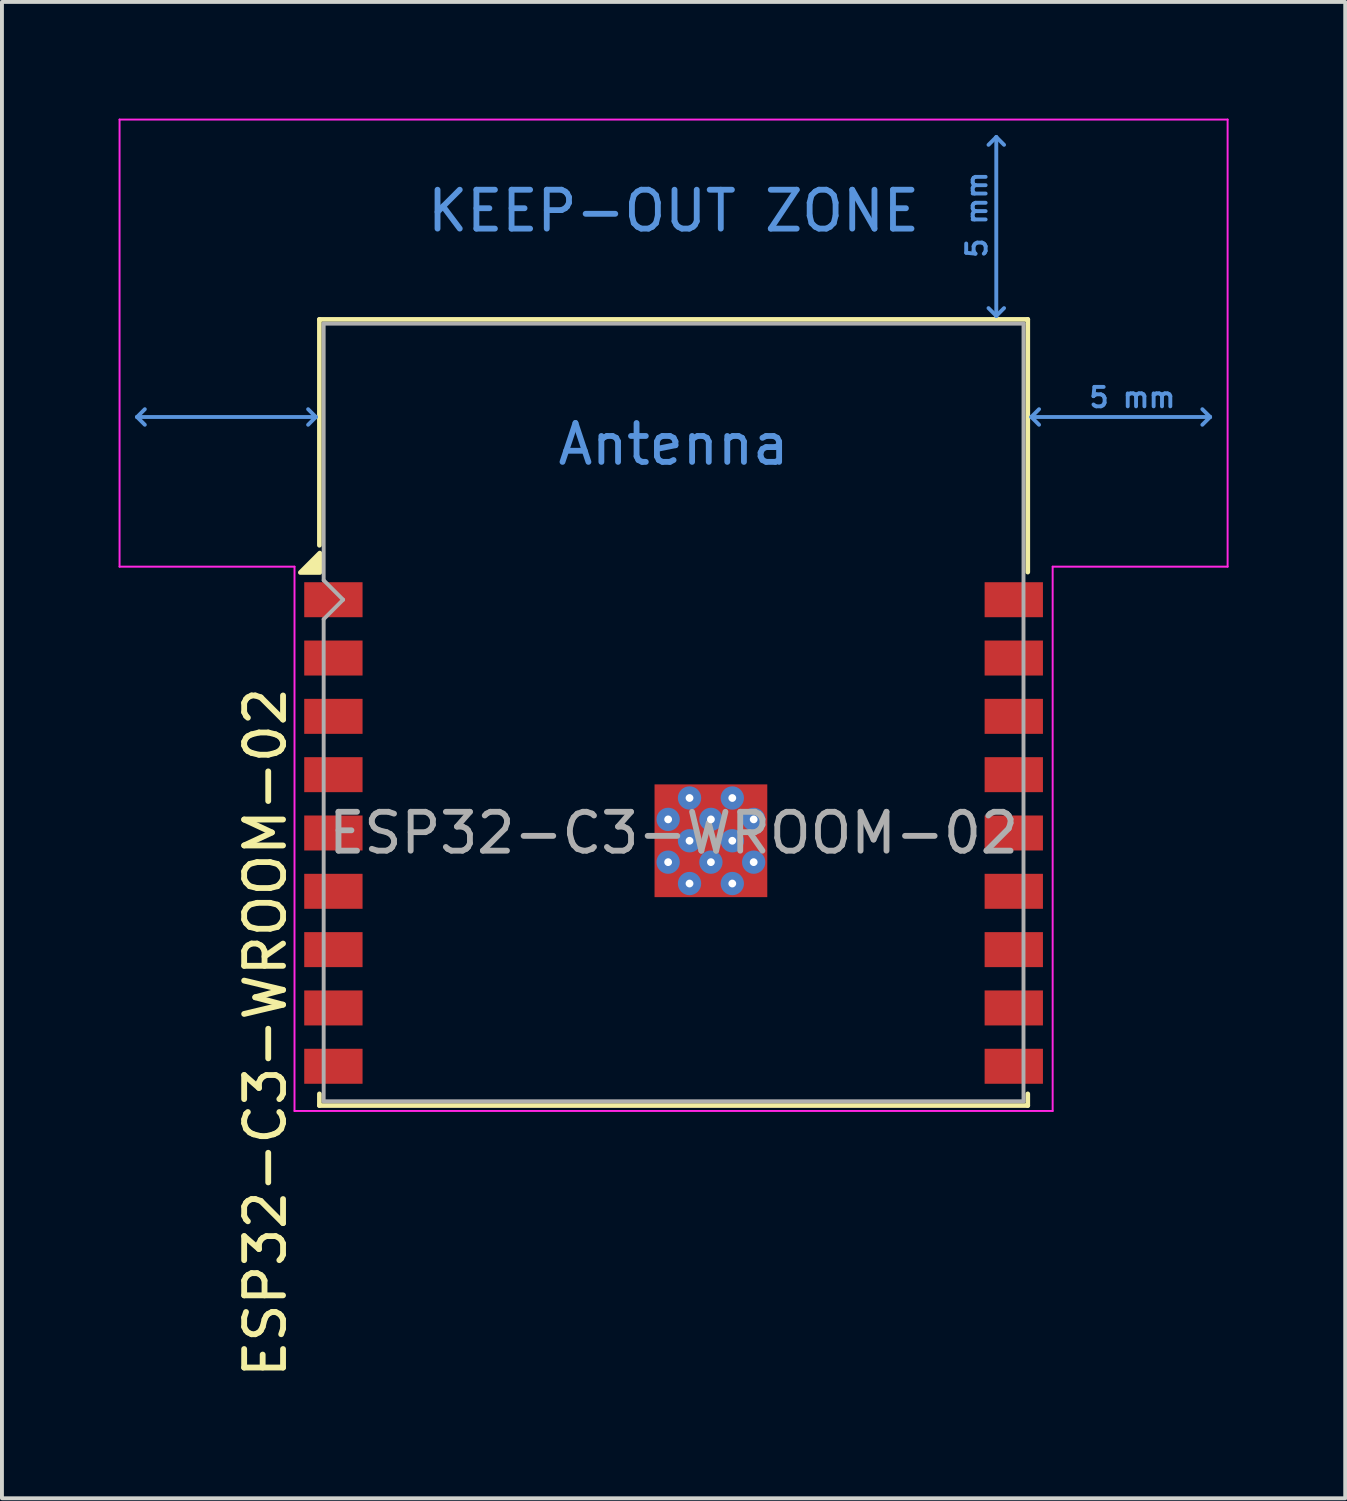
<source format=kicad_pcb>
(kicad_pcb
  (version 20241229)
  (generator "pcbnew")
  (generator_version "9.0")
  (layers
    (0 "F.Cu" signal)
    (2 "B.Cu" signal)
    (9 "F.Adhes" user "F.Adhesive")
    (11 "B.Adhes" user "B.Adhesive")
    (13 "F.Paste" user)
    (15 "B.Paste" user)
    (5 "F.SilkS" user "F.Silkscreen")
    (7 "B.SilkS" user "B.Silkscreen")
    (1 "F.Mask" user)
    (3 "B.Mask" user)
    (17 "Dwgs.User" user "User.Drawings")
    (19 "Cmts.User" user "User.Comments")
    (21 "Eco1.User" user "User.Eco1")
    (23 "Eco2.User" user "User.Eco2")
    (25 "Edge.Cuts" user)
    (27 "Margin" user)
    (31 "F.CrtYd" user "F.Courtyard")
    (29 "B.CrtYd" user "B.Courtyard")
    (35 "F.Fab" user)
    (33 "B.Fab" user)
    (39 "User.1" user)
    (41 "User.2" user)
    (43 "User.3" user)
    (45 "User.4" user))
  (footprint "ESP32-C3-WROOM-02"
    (layer "F.Cu")
    (at 14.275 18.375)
    (property "Reference" "ESP32-C3-WROOM-02" (at -10.5 5.13 90) (layer "F.SilkS") (effects (font (size 1 1) (thickness 0.15))))
    (attr smd)
    (fp_line (start -9.11 -13.21) (end -9.11 -7.4) (stroke (width 0.12) (type solid)) (layer "F.SilkS"))
    (fp_line (start -9.11 -13.21) (end 9.11 -13.21) (stroke (width 0.12) (type solid)) (layer "F.SilkS"))
    (fp_line (start -9.11 6.71) (end -9.11 7.01) (stroke (width 0.12) (type solid)) (layer "F.SilkS"))
    (fp_line (start -9.11 7.01) (end 9.11 7.01) (stroke (width 0.12) (type solid)) (layer "F.SilkS"))
    (fp_line (start 9.11 -13.21) (end 9.11 -6.71) (stroke (width 0.12) (type solid)) (layer "F.SilkS"))
    (fp_line (start 9.11 6.71) (end 9.11 7.01) (stroke (width 0.12) (type solid)) (layer "F.SilkS"))
    (fp_poly (pts (xy -9.1 -6.7) (xy -9.6 -6.7) (xy -9.1 -7.2) (xy -9.1 -6.7)) (stroke (width 0.12) (type solid)) (fill yes) (layer "F.SilkS"))
    (fp_line (start -13.8 -10.7) (end -13.6 -10.9) (stroke (width 0.1) (type solid)) (layer "Cmts.User"))
    (fp_line (start -13.8 -10.7) (end -13.6 -10.5) (stroke (width 0.1) (type solid)) (layer "Cmts.User"))
    (fp_line (start -13.8 -10.7) (end -9.2 -10.7) (stroke (width 0.1) (type solid)) (layer "Cmts.User"))
    (fp_line (start -9.2 -10.7) (end -9.4 -10.9) (stroke (width 0.1) (type solid)) (layer "Cmts.User"))
    (fp_line (start -9.2 -10.7) (end -9.4 -10.5) (stroke (width 0.1) (type solid)) (layer "Cmts.User"))
    (fp_line (start 8.3 -17.9) (end 8.1 -17.7) (stroke (width 0.1) (type solid)) (layer "Cmts.User"))
    (fp_line (start 8.3 -17.9) (end 8.5 -17.7) (stroke (width 0.1) (type solid)) (layer "Cmts.User"))
    (fp_line (start 8.3 -13.3) (end 8.1 -13.5) (stroke (width 0.1) (type solid)) (layer "Cmts.User"))
    (fp_line (start 8.3 -13.3) (end 8.3 -17.9) (stroke (width 0.1) (type solid)) (layer "Cmts.User"))
    (fp_line (start 8.3 -13.3) (end 8.5 -13.5) (stroke (width 0.1) (type solid)) (layer "Cmts.User"))
    (fp_line (start 9.2 -10.7) (end 9.4 -10.9) (stroke (width 0.1) (type solid)) (layer "Cmts.User"))
    (fp_line (start 9.2 -10.7) (end 9.4 -10.5) (stroke (width 0.1) (type solid)) (layer "Cmts.User"))
    (fp_line (start 9.2 -10.7) (end 13.8 -10.7) (stroke (width 0.1) (type solid)) (layer "Cmts.User"))
    (fp_line (start 13.8 -10.7) (end 13.6 -10.9) (stroke (width 0.1) (type solid)) (layer "Cmts.User"))
    (fp_line (start 13.8 -10.7) (end 13.6 -10.5) (stroke (width 0.1) (type solid)) (layer "Cmts.User"))
    (fp_line (start -14.25 -18.35) (end -14.25 -6.85) (stroke (width 0.05) (type solid)) (layer "F.CrtYd"))
    (fp_line (start -14.25 -18.35) (end 14.25 -18.35) (stroke (width 0.05) (type solid)) (layer "F.CrtYd"))
    (fp_line (start -14.25 -6.85) (end -9.75 -6.85) (stroke (width 0.05) (type solid)) (layer "F.CrtYd"))
    (fp_line (start -9.75 7.15) (end -9.75 -6.85) (stroke (width 0.05) (type solid)) (layer "F.CrtYd"))
    (fp_line (start -9.75 7.15) (end 9.75 7.15) (stroke (width 0.05) (type solid)) (layer "F.CrtYd"))
    (fp_line (start 9.75 -6.85) (end 9.75 7.15) (stroke (width 0.05) (type solid)) (layer "F.CrtYd"))
    (fp_line (start 9.75 -6.85) (end 14.25 -6.85) (stroke (width 0.05) (type solid)) (layer "F.CrtYd"))
    (fp_line (start 14.25 -18.35) (end 14.25 -6.85) (stroke (width 0.05) (type solid)) (layer "F.CrtYd"))
    (fp_line (start -9 -13.1) (end -9 -6.5) (stroke (width 0.1) (type solid)) (layer "F.Fab"))
    (fp_line (start -9 -13.1) (end 9 -13.1) (stroke (width 0.1) (type solid)) (layer "F.Fab"))
    (fp_line (start -9 -6.5) (end -8.5 -6) (stroke (width 0.1) (type solid)) (layer "F.Fab"))
    (fp_line (start -9 -5.5) (end -9 6.9) (stroke (width 0.1) (type solid)) (layer "F.Fab"))
    (fp_line (start -9 6.9) (end 9 6.9) (stroke (width 0.1) (type solid)) (layer "F.Fab"))
    (fp_line (start -8.5 -6) (end -9 -5.5) (stroke (width 0.1) (type solid)) (layer "F.Fab"))
    (fp_line (start 9 6.9) (end 9 -13.1) (stroke (width 0.1) (type solid)) (layer "F.Fab"))
    (fp_text user "5 mm" (at 7.8 -15.9 90) (layer "Cmts.User") (effects (font (size 0.5 0.5) (thickness 0.1))))
    (fp_text user "5 mm" (at 11.8 -11.2 0) (layer "Cmts.User") (effects (font (size 0.5 0.5) (thickness 0.1))))
    (fp_text user "Antenna" (at 0 -10 0) (layer "Cmts.User") (effects (font (size 1 1) (thickness 0.15))))
    (fp_text user "KEEP-OUT ZONE" (at 0 -16 0) (layer "Cmts.User") (effects (font (size 1 1) (thickness 0.15))))
    (fp_text user "${REFERENCE}" (at 0 0 0) (layer "F.Fab") (effects (font (size 1 1) (thickness 0.15))))
    (pad "" smd rect (at -0.14 -0.9) (size 0.7 0.7) (layers "F.Paste"))
    (pad "" smd rect (at -0.14 0.2) (size 0.7 0.7) (layers "F.Paste"))
    (pad "" smd rect (at -0.14 1.3) (size 0.7 0.7) (layers "F.Paste"))
    (pad "" smd rect (at 0.96 -0.9) (size 0.7 0.7) (layers "F.Paste"))
    (pad "" smd rect (at 0.96 0.2) (size 0.7 0.7) (layers "F.Paste"))
    (pad "" smd rect (at 0.96 1.3) (size 0.7 0.7) (layers "F.Paste"))
    (pad "" smd rect (at 2.06 -0.9) (size 0.7 0.7) (layers "F.Paste"))
    (pad "" smd rect (at 2.06 0.2) (size 0.7 0.7) (layers "F.Paste"))
    (pad "" smd rect (at 2.06 1.3) (size 0.7 0.7) (layers "F.Paste"))
    (pad "1" smd rect (at -8.75 -6) (size 1.5 0.9) (layers "F.Cu" "F.Mask" "F.Paste"))
    (pad "2" smd rect (at -8.75 -4.5) (size 1.5 0.9) (layers "F.Cu" "F.Mask" "F.Paste"))
    (pad "3" smd rect (at -8.75 -3) (size 1.5 0.9) (layers "F.Cu" "F.Mask" "F.Paste"))
    (pad "4" smd rect (at -8.75 -1.5) (size 1.5 0.9) (layers "F.Cu" "F.Mask" "F.Paste"))
    (pad "5" smd rect (at -8.75 0) (size 1.5 0.9) (layers "F.Cu" "F.Mask" "F.Paste"))
    (pad "6" smd rect (at -8.75 1.5) (size 1.5 0.9) (layers "F.Cu" "F.Mask" "F.Paste"))
    (pad "7" smd rect (at -8.75 3) (size 1.5 0.9) (layers "F.Cu" "F.Mask" "F.Paste"))
    (pad "8" smd rect (at -8.75 4.5) (size 1.5 0.9) (layers "F.Cu" "F.Mask" "F.Paste"))
    (pad "9" smd rect (at -8.75 6) (size 1.5 0.9) (layers "F.Cu" "F.Mask" "F.Paste"))
    (pad "10" smd rect (at 8.75 6) (size 1.5 0.9) (layers "F.Cu" "F.Mask" "F.Paste"))
    (pad "11" smd rect (at 8.75 4.5) (size 1.5 0.9) (layers "F.Cu" "F.Mask" "F.Paste"))
    (pad "12" smd rect (at 8.75 3) (size 1.5 0.9) (layers "F.Cu" "F.Mask" "F.Paste"))
    (pad "13" smd rect (at 8.75 1.5) (size 1.5 0.9) (layers "F.Cu" "F.Mask" "F.Paste"))
    (pad "14" smd rect (at 8.75 0) (size 1.5 0.9) (layers "F.Cu" "F.Mask" "F.Paste"))
    (pad "15" smd rect (at 8.75 -1.5) (size 1.5 0.9) (layers "F.Cu" "F.Mask" "F.Paste"))
    (pad "16" smd rect (at 8.75 -3) (size 1.5 0.9) (layers "F.Cu" "F.Mask" "F.Paste"))
    (pad "17" smd rect (at 8.75 -4.5) (size 1.5 0.9) (layers "F.Cu" "F.Mask" "F.Paste"))
    (pad "18" smd rect (at 8.75 -6) (size 1.5 0.9) (layers "F.Cu" "F.Mask" "F.Paste"))
    (pad "19" thru_hole circle (at -0.14 -0.35) (size 0.6 0.6) (drill 0.2) (property pad_prop_heatsink) (layers "*.Cu" "F.Mask"))
    (pad "19" thru_hole circle (at -0.14 0.75) (size 0.6 0.6) (drill 0.2) (property pad_prop_heatsink) (layers "*.Cu" "F.Mask"))
    (pad "19" thru_hole circle (at 0.41 -0.9) (size 0.6 0.6) (drill 0.2) (property pad_prop_heatsink) (layers "*.Cu" "F.Mask"))
    (pad "19" thru_hole circle (at 0.41 0.2) (size 0.6 0.6) (drill 0.2) (property pad_prop_heatsink) (layers "*.Cu" "F.Mask"))
    (pad "19" thru_hole circle (at 0.41 1.3) (size 0.6 0.6) (drill 0.2) (property pad_prop_heatsink) (layers "*.Cu" "F.Mask"))
    (pad "19" thru_hole circle (at 0.96 -0.35) (size 0.6 0.6) (drill 0.2) (property pad_prop_heatsink) (layers "*.Cu" "F.Mask"))
    (pad "19" smd rect (at 0.96 0.2) (size 2.9 2.9) (layers "F.Cu" "F.Mask"))
    (pad "19" thru_hole circle (at 0.96 0.75) (size 0.6 0.6) (drill 0.2) (property pad_prop_heatsink) (layers "*.Cu" "F.Mask"))
    (pad "19" thru_hole circle (at 1.51 -0.9) (size 0.6 0.6) (drill 0.2) (property pad_prop_heatsink) (layers "*.Cu" "F.Mask"))
    (pad "19" thru_hole circle (at 1.51 0.2) (size 0.6 0.6) (drill 0.2) (property pad_prop_heatsink) (layers "*.Cu" "F.Mask"))
    (pad "19" thru_hole circle (at 1.51 1.3) (size 0.6 0.6) (drill 0.2) (property pad_prop_heatsink) (layers "*.Cu" "F.Mask"))
    (pad "19" thru_hole circle (at 2.06 -0.35) (size 0.6 0.6) (drill 0.2) (property pad_prop_heatsink) (layers "*.Cu" "F.Mask"))
    (pad "19" thru_hole circle (at 2.06 0.75) (size 0.6 0.6) (drill 0.2) (property pad_prop_heatsink) (layers "*.Cu" "F.Mask"))
    (zone (net_name "") (layers "F.Cu" "B.Cu") (hatch full 0.508) (connect_pads) (min_thickness 0.254) (filled_areas_thickness no) (keepout (tracks not_allowed) (vias not_allowed) (pads not_allowed) (copperpour not_allowed) (footprints not_allowed)) (placement (enabled no)) (fill) (polygon (pts (xy 0.275 11.275) (xy 28.275 11.275) (xy 28.275 0.275) (xy 0.275 0.275)))))
  (gr_rect
    (start -3 -3)
    (end 31.55 35.487)
    (stroke (width 0.1) (type default))
    (fill no)
    (layer "Edge.Cuts")))
</source>
